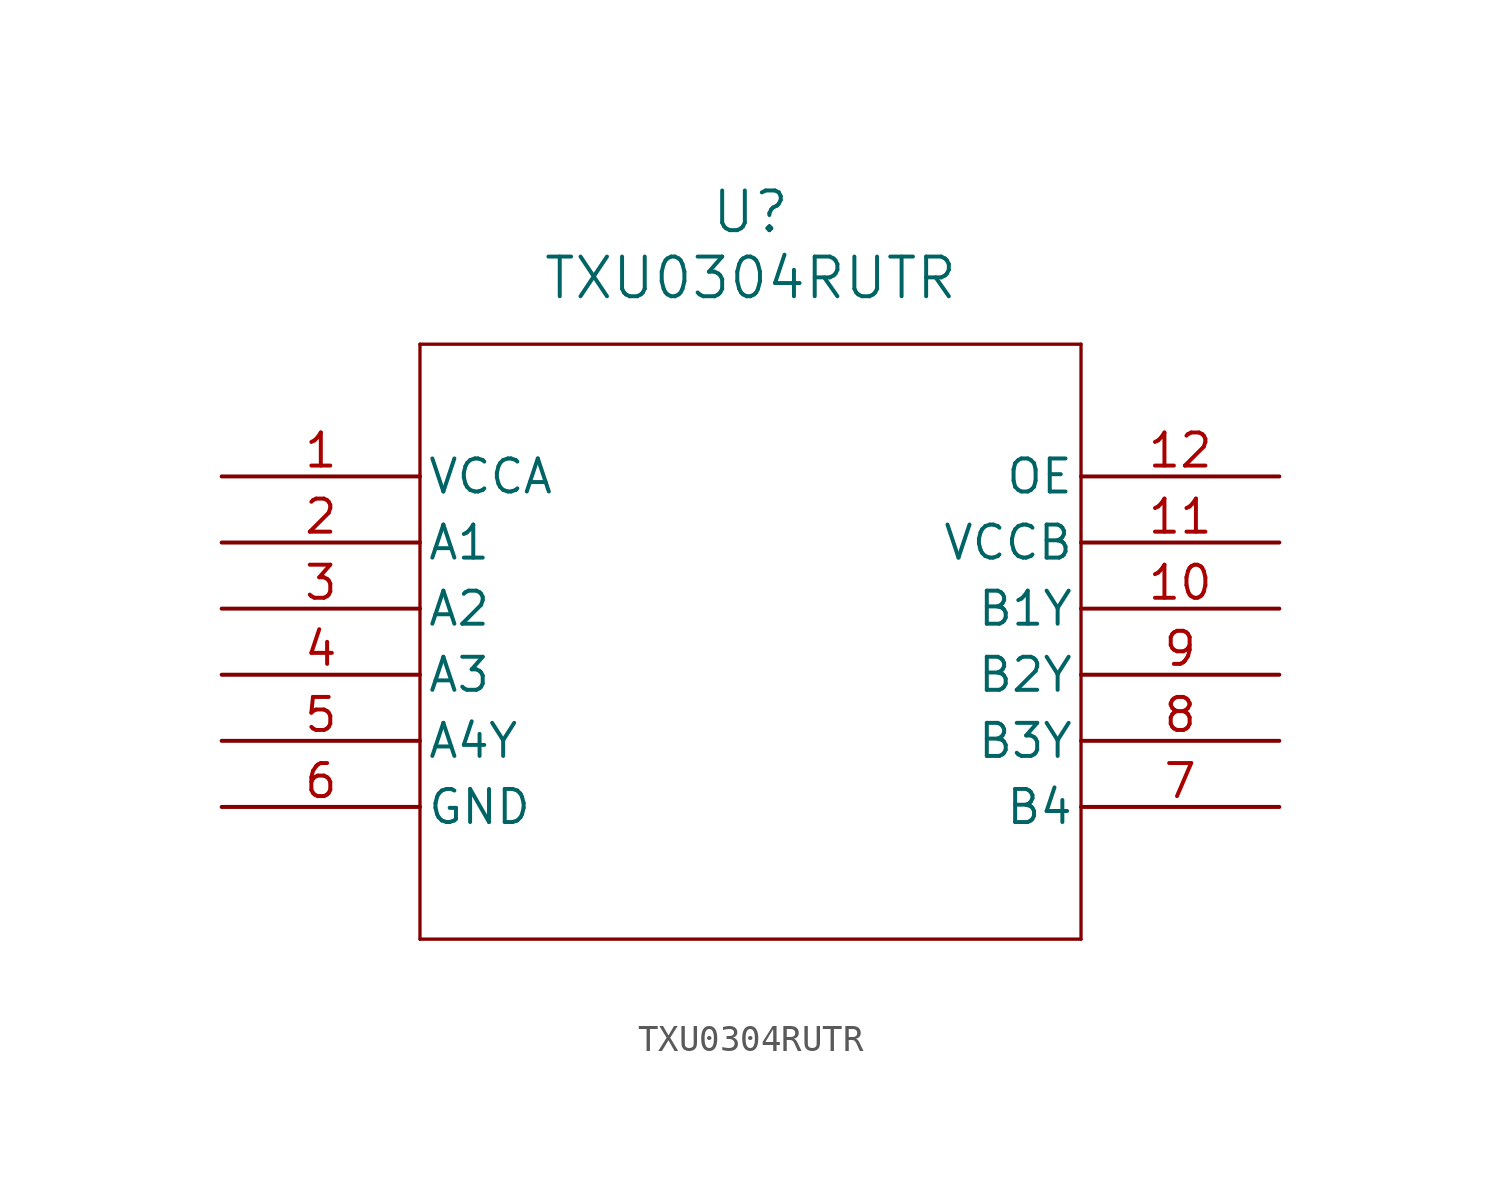
<source format=kicad_sym>
(kicad_symbol_lib
  (version 20211014)
  (generator kicad_symbol_editor)
  (symbol "TXU0304RUTR"
    (pin_names
      (offset 0.254))
    (property "Reference" "U"
      (at 20.32 10.16 0)
      (effects (font (size 1.524 1.524))))
    (property "Value" "TXU0304RUTR"
      (at 20.32 7.62 0)
      (effects (font (size 1.524 1.524))))
    (symbol "TXU0304RUTR_0_1"
      (polyline (pts (xy 7.62 5.08) (xy 7.62 -17.78)) (stroke (width 0.127) (type default) (color 0 0 0 0)) (fill (type none)))
      (polyline (pts (xy 7.62 -17.78) (xy 33.02 -17.78)) (stroke (width 0.127) (type default) (color 0 0 0 0)) (fill (type none)))
      (polyline (pts (xy 33.02 -17.78) (xy 33.02 5.08)) (stroke (width 0.127) (type default) (color 0 0 0 0)) (fill (type none)))
      (polyline (pts (xy 33.02 5.08) (xy 7.62 5.08)) (stroke (width 0.127) (type default) (color 0 0 0 0)) (fill (type none)))
      (pin power_in line (at 0 0 0) (length 7.62) (name "VCCA" (effects (font (size 1.27 1.27)))) (number "1" (effects (font (size 1.27 1.27)))))
      (pin bidirectional line (at 0 -2.54 0) (length 7.62) (name "A1" (effects (font (size 1.27 1.27)))) (number "2" (effects (font (size 1.27 1.27)))))
      (pin bidirectional line (at 0 -5.08 0) (length 7.62) (name "A2" (effects (font (size 1.27 1.27)))) (number "3" (effects (font (size 1.27 1.27)))))
      (pin bidirectional line (at 0 -7.62 0) (length 7.62) (name "A3" (effects (font (size 1.27 1.27)))) (number "4" (effects (font (size 1.27 1.27)))))
      (pin bidirectional line (at 0 -10.16 0) (length 7.62) (name "A4Y" (effects (font (size 1.27 1.27)))) (number "5" (effects (font (size 1.27 1.27)))))
      (pin power_out line (at 0 -12.7 0) (length 7.62) (name "GND" (effects (font (size 1.27 1.27)))) (number "6" (effects (font (size 1.27 1.27)))))
      (pin bidirectional line (at 40.64 -12.7 180) (length 7.62) (name "B4" (effects (font (size 1.27 1.27)))) (number "7" (effects (font (size 1.27 1.27)))))
      (pin bidirectional line (at 40.64 -10.16 180) (length 7.62) (name "B3Y" (effects (font (size 1.27 1.27)))) (number "8" (effects (font (size 1.27 1.27)))))
      (pin bidirectional line (at 40.64 -7.62 180) (length 7.62) (name "B2Y" (effects (font (size 1.27 1.27)))) (number "9" (effects (font (size 1.27 1.27)))))
      (pin bidirectional line (at 40.64 -5.08 180) (length 7.62) (name "B1Y" (effects (font (size 1.27 1.27)))) (number "10" (effects (font (size 1.27 1.27)))))
      (pin power_in line (at 40.64 -2.54 180) (length 7.62) (name "VCCB" (effects (font (size 1.27 1.27)))) (number "11" (effects (font (size 1.27 1.27)))))
      (pin unspecified line (at 40.64 0 180) (length 7.62) (name "OE" (effects (font (size 1.27 1.27)))) (number "12" (effects (font (size 1.27 1.27))))))))
</source>
